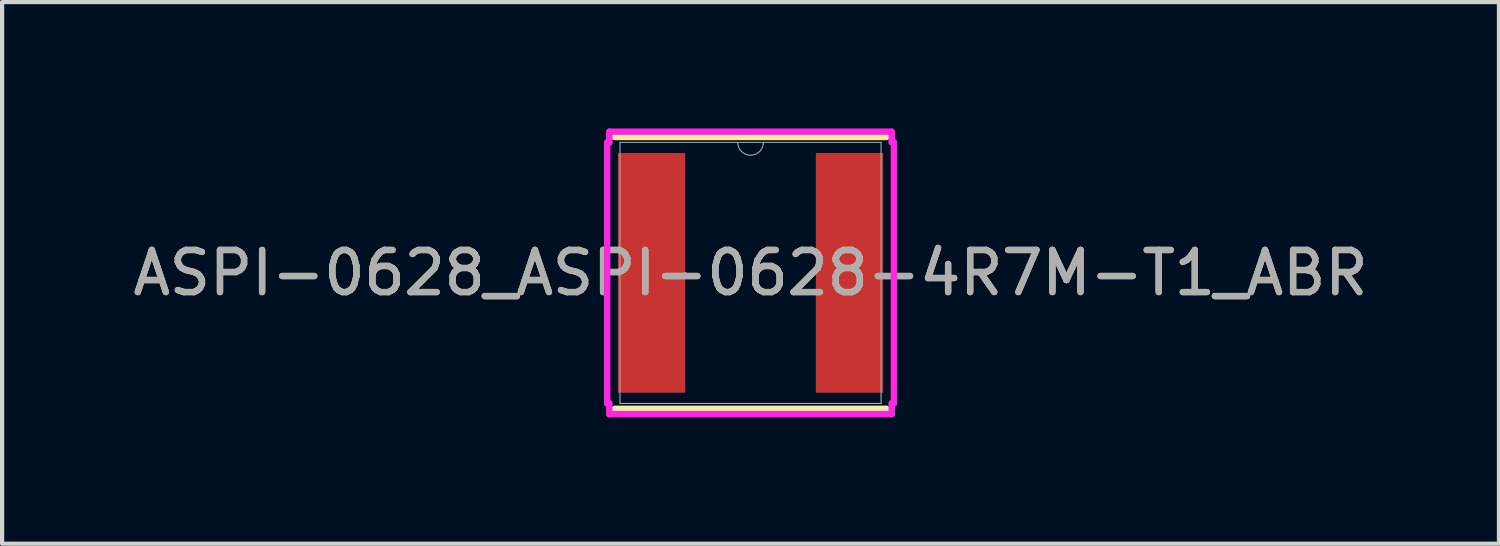
<source format=kicad_pcb>
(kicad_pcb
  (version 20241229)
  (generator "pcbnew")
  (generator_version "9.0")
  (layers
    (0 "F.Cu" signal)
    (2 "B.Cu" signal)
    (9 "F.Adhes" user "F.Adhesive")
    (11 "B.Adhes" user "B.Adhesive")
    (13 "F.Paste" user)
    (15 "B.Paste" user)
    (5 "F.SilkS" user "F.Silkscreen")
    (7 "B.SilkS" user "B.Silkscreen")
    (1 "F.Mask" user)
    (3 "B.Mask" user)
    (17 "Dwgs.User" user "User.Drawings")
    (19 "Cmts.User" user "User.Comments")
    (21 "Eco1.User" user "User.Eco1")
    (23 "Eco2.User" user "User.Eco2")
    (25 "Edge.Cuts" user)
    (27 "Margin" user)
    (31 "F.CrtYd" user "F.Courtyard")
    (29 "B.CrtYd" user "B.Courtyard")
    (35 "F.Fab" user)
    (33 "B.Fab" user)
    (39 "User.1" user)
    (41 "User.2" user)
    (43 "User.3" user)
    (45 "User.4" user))
  (footprint "ASPI-0628_ASPI-0628-4R7M-T1_ABR"
    (layer "F.Cu")
    (at 14.768 3.429)
    (property "Reference" "ASPI-0628_ASPI-0628-4R7M-T1_ABR" (at 0 0 0) (unlocked yes) (layer "F.SilkS") (effects (font (size 1 1) (thickness 0.15))))
    (attr smd)
    (fp_line (start -3.226 3.226) (end 3.226 3.226) (stroke (width 0.152) (type solid)) (layer "F.SilkS"))
    (fp_line (start 3.226 -3.226) (end -3.226 -3.226) (stroke (width 0.152) (type solid)) (layer "F.SilkS"))
    (fp_line (start -3.404 -3.099) (end -3.353 -3.099) (stroke (width 0.152) (type solid)) (layer "F.CrtYd"))
    (fp_line (start -3.404 3.099) (end -3.404 -3.099) (stroke (width 0.152) (type solid)) (layer "F.CrtYd"))
    (fp_line (start -3.404 3.099) (end -3.353 3.099) (stroke (width 0.152) (type solid)) (layer "F.CrtYd"))
    (fp_line (start -3.353 -3.353) (end 3.353 -3.353) (stroke (width 0.152) (type solid)) (layer "F.CrtYd"))
    (fp_line (start -3.353 -3.099) (end -3.353 -3.353) (stroke (width 0.152) (type solid)) (layer "F.CrtYd"))
    (fp_line (start -3.353 3.353) (end -3.353 3.099) (stroke (width 0.152) (type solid)) (layer "F.CrtYd"))
    (fp_line (start 3.353 -3.353) (end 3.353 -3.099) (stroke (width 0.152) (type solid)) (layer "F.CrtYd"))
    (fp_line (start 3.353 3.099) (end 3.353 3.353) (stroke (width 0.152) (type solid)) (layer "F.CrtYd"))
    (fp_line (start 3.353 3.353) (end -3.353 3.353) (stroke (width 0.152) (type solid)) (layer "F.CrtYd"))
    (fp_line (start 3.404 -3.099) (end 3.353 -3.099) (stroke (width 0.152) (type solid)) (layer "F.CrtYd"))
    (fp_line (start 3.404 -3.099) (end 3.404 3.099) (stroke (width 0.152) (type solid)) (layer "F.CrtYd"))
    (fp_line (start 3.404 3.099) (end 3.353 3.099) (stroke (width 0.152) (type solid)) (layer "F.CrtYd"))
    (fp_line (start -3.099 -3.099) (end -3.099 3.099) (stroke (width 0.025) (type solid)) (layer "F.Fab"))
    (fp_line (start -3.099 3.099) (end 3.099 3.099) (stroke (width 0.025) (type solid)) (layer "F.Fab"))
    (fp_line (start 3.099 -3.099) (end -3.099 -3.099) (stroke (width 0.025) (type solid)) (layer "F.Fab"))
    (fp_line (start 3.099 3.099) (end 3.099 -3.099) (stroke (width 0.025) (type solid)) (layer "F.Fab"))
    (fp_arc (start 0.3048 -3.0988) (mid 0 -2.794) (end -0.3048 -3.0988) (stroke (width 0.0254) (type solid)) (layer "F.Fab"))
    (fp_circle (center -1.55 0) (end -1.55 0) (stroke (width 0.025) (type solid)) (fill no) (layer "F.Fab"))
    (fp_text user "${REFERENCE}" (at 0 0 0) (unlocked yes) (layer "F.Fab") (effects (font (size 1 1) (thickness 0.15))))
    (pad "1" smd rect (at -2.35 0) (size 1.6 5.69) (layers "F.Cu" "F.Mask" "F.Paste"))
    (pad "2" smd rect (at 2.35 0) (size 1.6 5.69) (layers "F.Cu" "F.Mask" "F.Paste")))
  (gr_rect
    (start -3 -3)
    (end 32.536 9.858)
    (stroke (width 0.1) (type default))
    (fill no)
    (layer "Edge.Cuts")))
</source>
